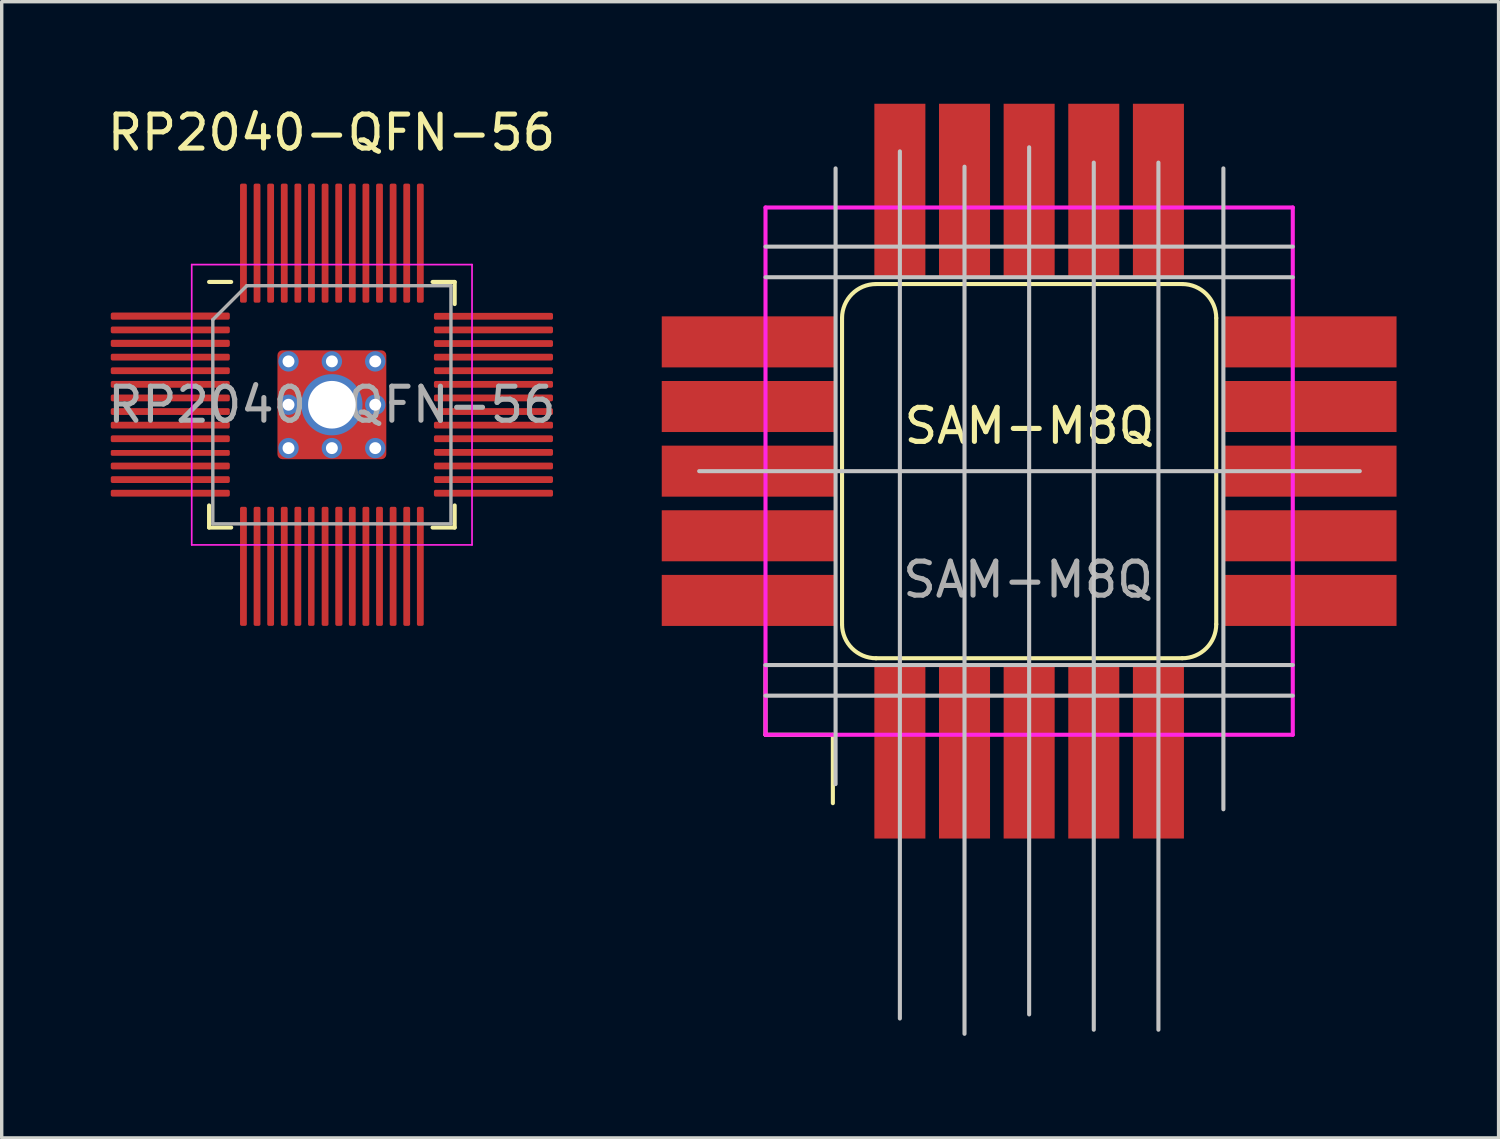
<source format=kicad_pcb>
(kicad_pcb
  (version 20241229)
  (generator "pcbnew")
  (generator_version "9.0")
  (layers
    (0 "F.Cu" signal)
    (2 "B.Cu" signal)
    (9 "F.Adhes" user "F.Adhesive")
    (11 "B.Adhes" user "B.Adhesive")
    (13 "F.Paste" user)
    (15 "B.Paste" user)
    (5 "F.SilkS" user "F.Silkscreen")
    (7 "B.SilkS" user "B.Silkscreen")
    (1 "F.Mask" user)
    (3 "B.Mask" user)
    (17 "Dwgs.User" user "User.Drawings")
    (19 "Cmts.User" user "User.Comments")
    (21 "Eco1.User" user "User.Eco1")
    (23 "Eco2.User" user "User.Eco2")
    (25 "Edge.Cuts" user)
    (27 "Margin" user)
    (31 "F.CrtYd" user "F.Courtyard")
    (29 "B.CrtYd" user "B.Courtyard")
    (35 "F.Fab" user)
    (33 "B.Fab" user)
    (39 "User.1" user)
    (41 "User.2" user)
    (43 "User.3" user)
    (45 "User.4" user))
  (footprint "SAM-M8Q"
    (layer "F.Cu")
    (at 27.203 10.8)
    (property "Reference" "SAM-M8Q" (at 0.01 -1.33 0) (unlocked yes) (layer "F.SilkS") (effects (font (size 1 1) (thickness 0.15))))
    (attr smd)
    (fp_line (start -7.75 5.69) (end -7.75 7.75) (stroke (width 0.12) (type solid)) (layer "F.SilkS"))
    (fp_line (start -7.75 7.75) (end -5.77 7.75) (stroke (width 0.12) (type solid)) (layer "F.SilkS"))
    (fp_line (start -5.77 7.75) (end -5.77 9.76) (stroke (width 0.12) (type solid)) (layer "F.SilkS"))
    (fp_line (start -5.5 4.5) (end -5.5 -4.5) (stroke (width 0.12) (type solid)) (layer "F.SilkS"))
    (fp_line (start -4.5 -5.5) (end 4.5 -5.5) (stroke (width 0.12) (type solid)) (layer "F.SilkS"))
    (fp_line (start 4.5 5.5) (end -4.5 5.5) (stroke (width 0.12) (type solid)) (layer "F.SilkS"))
    (fp_line (start 5.5 -4.5) (end 5.5 4.5) (stroke (width 0.12) (type solid)) (layer "F.SilkS"))
    (fp_arc (start -5.5 -4.5) (mid -5.207107 -5.207107) (end -4.5 -5.5) (stroke (width 0.12) (type solid)) (layer "F.SilkS"))
    (fp_arc (start -4.5 5.5) (mid -5.207107 5.207107) (end -5.5 4.5) (stroke (width 0.12) (type solid)) (layer "F.SilkS"))
    (fp_arc (start 4.5 -5.5) (mid 5.207107 -5.207107) (end 5.5 -4.5) (stroke (width 0.12) (type solid)) (layer "F.SilkS"))
    (fp_arc (start 5.5 4.5) (mid 5.207107 5.207107) (end 4.5 5.5) (stroke (width 0.12) (type solid)) (layer "F.SilkS"))
    (fp_line (start -9.7 0) (end 9.72 0) (stroke (width 0.12) (type solid)) (layer "Dwgs.User"))
    (fp_line (start -5.69 0) (end -5.69 -8.9) (stroke (width 0.12) (type solid)) (layer "Dwgs.User"))
    (fp_line (start -5.69 0) (end -5.69 9.2) (stroke (width 0.12) (type solid)) (layer "Dwgs.User"))
    (fp_line (start -3.8 -9.4) (end -3.8 16.09) (stroke (width 0.12) (type solid)) (layer "Dwgs.User"))
    (fp_line (start -1.9 -8.95) (end -1.9 16.54) (stroke (width 0.12) (type solid)) (layer "Dwgs.User"))
    (fp_line (start 0 -9.52) (end 0 15.97) (stroke (width 0.12) (type solid)) (layer "Dwgs.User"))
    (fp_line (start 0 -6.6) (end -7.75 -6.6) (stroke (width 0.12) (type solid)) (layer "Dwgs.User"))
    (fp_line (start 0 -6.6) (end 7.75 -6.6) (stroke (width 0.12) (type solid)) (layer "Dwgs.User"))
    (fp_line (start 0 -5.7) (end -7.75 -5.7) (stroke (width 0.12) (type solid)) (layer "Dwgs.User"))
    (fp_line (start 0 -5.7) (end 7.75 -5.7) (stroke (width 0.12) (type solid)) (layer "Dwgs.User"))
    (fp_line (start 0 5.7) (end -7.75 5.7) (stroke (width 0.12) (type solid)) (layer "Dwgs.User"))
    (fp_line (start 0 5.7) (end 7.75 5.7) (stroke (width 0.12) (type solid)) (layer "Dwgs.User"))
    (fp_line (start 0 6.6) (end -7.75 6.6) (stroke (width 0.12) (type solid)) (layer "Dwgs.User"))
    (fp_line (start 0 6.6) (end 7.75 6.6) (stroke (width 0.12) (type solid)) (layer "Dwgs.User"))
    (fp_line (start 1.9 -9.07) (end 1.9 16.42) (stroke (width 0.12) (type solid)) (layer "Dwgs.User"))
    (fp_line (start 3.8 -9.07) (end 3.8 16.42) (stroke (width 0.12) (type solid)) (layer "Dwgs.User"))
    (fp_line (start 5.71 0) (end 5.71 -8.9) (stroke (width 0.12) (type solid)) (layer "Dwgs.User"))
    (fp_line (start 5.71 0) (end 5.71 9.94) (stroke (width 0.12) (type solid)) (layer "Dwgs.User"))
    (fp_line (start -7.75 -7.75) (end -7.75 7.75) (stroke (width 0.12) (type solid)) (layer "F.CrtYd"))
    (fp_line (start -7.75 7.75) (end 7.75 7.75) (stroke (width 0.12) (type solid)) (layer "F.CrtYd"))
    (fp_line (start 7.75 -7.75) (end -7.75 -7.75) (stroke (width 0.12) (type solid)) (layer "F.CrtYd"))
    (fp_line (start 7.75 7.75) (end 7.75 -7.75) (stroke (width 0.12) (type solid)) (layer "F.CrtYd"))
    (fp_text user "${REFERENCE}" (at -0.03 3.19 0) (unlocked yes) (layer "F.Fab") (effects (font (size 1 1) (thickness 0.15))))
    (pad "1" smd rect (at -3.8 8.25) (size 1.5 5.1) (layers "F.Cu" "F.Mask" "F.Paste"))
    (pad "2" smd rect (at -1.9 8.25) (size 1.5 5.1) (layers "F.Cu" "F.Mask" "F.Paste"))
    (pad "3" smd rect (at 0 8.25) (size 1.5 5.1) (layers "F.Cu" "F.Mask" "F.Paste"))
    (pad "4" smd rect (at 1.9 8.25) (size 1.5 5.1) (layers "F.Cu" "F.Mask" "F.Paste"))
    (pad "5" smd rect (at 3.8 8.25) (size 1.5 5.1) (layers "F.Cu" "F.Mask" "F.Paste"))
    (pad "6" smd rect (at 8.25 3.8 270) (size 1.5 5.1) (layers "F.Cu" "F.Mask" "F.Paste"))
    (pad "7" smd rect (at 8.25 1.9 270) (size 1.5 5.1) (layers "F.Cu" "F.Mask" "F.Paste"))
    (pad "8" smd rect (at 8.25 0 270) (size 1.5 5.1) (layers "F.Cu" "F.Mask" "F.Paste"))
    (pad "9" smd rect (at 8.25 -1.9 270) (size 1.5 5.1) (layers "F.Cu" "F.Mask" "F.Paste"))
    (pad "10" smd rect (at 8.25 -3.8 270) (size 1.5 5.1) (layers "F.Cu" "F.Mask" "F.Paste"))
    (pad "11" smd rect (at 3.8 -8.25) (size 1.5 5.1) (layers "F.Cu" "F.Mask" "F.Paste"))
    (pad "12" smd rect (at 1.9 -8.25) (size 1.5 5.1) (layers "F.Cu" "F.Mask" "F.Paste"))
    (pad "13" smd rect (at 0 -8.25) (size 1.5 5.1) (layers "F.Cu" "F.Mask" "F.Paste"))
    (pad "14" smd rect (at -1.9 -8.25) (size 1.5 5.1) (layers "F.Cu" "F.Mask" "F.Paste"))
    (pad "15" smd rect (at -3.8 -8.25) (size 1.5 5.1) (layers "F.Cu" "F.Mask" "F.Paste"))
    (pad "16" smd rect (at -8.25 -3.8 270) (size 1.5 5.1) (layers "F.Cu" "F.Mask" "F.Paste"))
    (pad "17" smd rect (at -8.25 -1.9 270) (size 1.5 5.1) (layers "F.Cu" "F.Mask" "F.Paste"))
    (pad "18" smd rect (at -8.25 0 270) (size 1.5 5.1) (layers "F.Cu" "F.Mask" "F.Paste"))
    (pad "19" smd rect (at -8.25 1.9 270) (size 1.5 5.1) (layers "F.Cu" "F.Mask" "F.Paste"))
    (pad "20" smd rect (at -8.25 3.8 270) (size 1.5 5.1) (layers "F.Cu" "F.Mask" "F.Paste")))
  (footprint "RP2040-QFN-56"
    (layer "F.Cu")
    (at 6.706 8.848)
    (property "Reference" "RP2040-QFN-56" (at -0.01 -8 0) (layer "F.SilkS") (effects (font (size 1 1) (thickness 0.15))))
    (attr smd)
    (fp_line (start -3.61 3.61) (end -3.61 2.96) (stroke (width 0.12) (type solid)) (layer "F.SilkS"))
    (fp_line (start -2.96 -3.61) (end -3.61 -3.61) (stroke (width 0.12) (type solid)) (layer "F.SilkS"))
    (fp_line (start -2.96 3.61) (end -3.61 3.61) (stroke (width 0.12) (type solid)) (layer "F.SilkS"))
    (fp_line (start 2.96 -3.61) (end 3.61 -3.61) (stroke (width 0.12) (type solid)) (layer "F.SilkS"))
    (fp_line (start 2.96 3.61) (end 3.61 3.61) (stroke (width 0.12) (type solid)) (layer "F.SilkS"))
    (fp_line (start 3.61 -3.61) (end 3.61 -2.96) (stroke (width 0.12) (type solid)) (layer "F.SilkS"))
    (fp_line (start 3.61 3.61) (end 3.61 2.96) (stroke (width 0.12) (type solid)) (layer "F.SilkS"))
    (fp_line (start -4.12 -4.12) (end -4.12 4.12) (stroke (width 0.05) (type solid)) (layer "F.CrtYd"))
    (fp_line (start -4.12 4.12) (end 4.12 4.12) (stroke (width 0.05) (type solid)) (layer "F.CrtYd"))
    (fp_line (start 4.12 -4.12) (end -4.12 -4.12) (stroke (width 0.05) (type solid)) (layer "F.CrtYd"))
    (fp_line (start 4.12 4.12) (end 4.12 -4.12) (stroke (width 0.05) (type solid)) (layer "F.CrtYd"))
    (fp_line (start -3.5 -2.5) (end -2.5 -3.5) (stroke (width 0.1) (type solid)) (layer "F.Fab"))
    (fp_line (start -3.5 3.5) (end -3.5 -2.5) (stroke (width 0.1) (type solid)) (layer "F.Fab"))
    (fp_line (start -2.5 -3.5) (end 3.5 -3.5) (stroke (width 0.1) (type solid)) (layer "F.Fab"))
    (fp_line (start 3.5 -3.5) (end 3.5 3.5) (stroke (width 0.1) (type solid)) (layer "F.Fab"))
    (fp_line (start 3.5 3.5) (end -3.5 3.5) (stroke (width 0.1) (type solid)) (layer "F.Fab"))
    (fp_text user "${REFERENCE}" (at 0 0 0) (layer "F.Fab") (effects (font (size 1 1) (thickness 0.15))))
    (pad "1" smd roundrect (at -4.75 -2.605) (size 3.5 0.21) (layers "F.Cu" "F.Mask" "F.Paste") (roundrect_rratio 0.25))
    (pad "2" smd roundrect (at -4.75 -2.2) (size 3.5 0.2) (layers "F.Cu" "F.Mask" "F.Paste") (roundrect_rratio 0.25))
    (pad "3" smd roundrect (at -4.75 -1.805) (size 3.5 0.21) (layers "F.Cu" "F.Mask" "F.Paste") (roundrect_rratio 0.25))
    (pad "4" smd roundrect (at -4.75 -1.4) (size 3.5 0.2) (layers "F.Cu" "F.Mask" "F.Paste") (roundrect_rratio 0.25))
    (pad "5" smd roundrect (at -4.75 -1) (size 3.5 0.2) (layers "F.Cu" "F.Mask" "F.Paste") (roundrect_rratio 0.25))
    (pad "6" smd roundrect (at -4.75 -0.6) (size 3.5 0.2) (layers "F.Cu" "F.Mask" "F.Paste") (roundrect_rratio 0.25))
    (pad "7" smd roundrect (at -4.75 -0.2) (size 3.5 0.2) (layers "F.Cu" "F.Mask" "F.Paste") (roundrect_rratio 0.25))
    (pad "8" smd roundrect (at -4.75 0.2) (size 3.5 0.2) (layers "F.Cu" "F.Mask" "F.Paste") (roundrect_rratio 0.25))
    (pad "9" smd roundrect (at -4.75 0.6) (size 3.5 0.2) (layers "F.Cu" "F.Mask" "F.Paste") (roundrect_rratio 0.25))
    (pad "10" smd roundrect (at -4.75 1) (size 3.5 0.2) (layers "F.Cu" "F.Mask" "F.Paste") (roundrect_rratio 0.25))
    (pad "11" smd roundrect (at -4.75 1.415) (size 3.5 0.17) (layers "F.Cu" "F.Mask" "F.Paste") (roundrect_rratio 0.25))
    (pad "12" smd roundrect (at -4.75 1.8) (size 3.5 0.2) (layers "F.Cu" "F.Mask" "F.Paste") (roundrect_rratio 0.25))
    (pad "13" smd roundrect (at -4.75 2.2) (size 3.5 0.2) (layers "F.Cu" "F.Mask" "F.Paste") (roundrect_rratio 0.25))
    (pad "14" smd roundrect (at -4.75 2.6) (size 3.5 0.2) (layers "F.Cu" "F.Mask" "F.Paste") (roundrect_rratio 0.25))
    (pad "15" smd roundrect (at -2.6 4.75) (size 0.2 3.5) (layers "F.Cu" "F.Mask" "F.Paste") (roundrect_rratio 0.25))
    (pad "16" smd roundrect (at -2.2 4.75) (size 0.2 3.5) (layers "F.Cu" "F.Mask" "F.Paste") (roundrect_rratio 0.25))
    (pad "17" smd roundrect (at -1.8 4.75) (size 0.2 3.5) (layers "F.Cu" "F.Mask" "F.Paste") (roundrect_rratio 0.25))
    (pad "18" smd roundrect (at -1.4 4.75) (size 0.2 3.5) (layers "F.Cu" "F.Mask" "F.Paste") (roundrect_rratio 0.25))
    (pad "19" smd roundrect (at -1 4.75) (size 0.2 3.5) (layers "F.Cu" "F.Mask" "F.Paste") (roundrect_rratio 0.25))
    (pad "20" smd roundrect (at -0.605 4.75) (size 0.19 3.5) (layers "F.Cu" "F.Mask" "F.Paste") (roundrect_rratio 0.25))
    (pad "21" smd roundrect (at -0.2 4.75) (size 0.2 3.5) (layers "F.Cu" "F.Mask" "F.Paste") (roundrect_rratio 0.25))
    (pad "22" smd roundrect (at 0.205 4.75) (size 0.21 3.5) (layers "F.Cu" "F.Mask" "F.Paste") (roundrect_rratio 0.25))
    (pad "23" smd roundrect (at 0.6 4.75) (size 0.2 3.5) (layers "F.Cu" "F.Mask" "F.Paste") (roundrect_rratio 0.25))
    (pad "24" smd roundrect (at 1 4.75) (size 0.2 3.5) (layers "F.Cu" "F.Mask" "F.Paste") (roundrect_rratio 0.25))
    (pad "25" smd roundrect (at 1.4 4.75) (size 0.2 3.5) (layers "F.Cu" "F.Mask" "F.Paste") (roundrect_rratio 0.25))
    (pad "26" smd roundrect (at 1.8 4.75) (size 0.2 3.5) (layers "F.Cu" "F.Mask" "F.Paste") (roundrect_rratio 0.25))
    (pad "27" smd roundrect (at 2.2 4.75) (size 0.2 3.5) (layers "F.Cu" "F.Mask" "F.Paste") (roundrect_rratio 0.25))
    (pad "28" smd roundrect (at 2.6 4.75) (size 0.2 3.5) (layers "F.Cu" "F.Mask" "F.Paste") (roundrect_rratio 0.25))
    (pad "29" smd roundrect (at 4.75 2.6) (size 3.5 0.2) (layers "F.Cu" "F.Mask" "F.Paste") (roundrect_rratio 0.25))
    (pad "30" smd roundrect (at 4.75 2.2) (size 3.5 0.2) (layers "F.Cu" "F.Mask" "F.Paste") (roundrect_rratio 0.25))
    (pad "31" smd roundrect (at 4.75 1.8) (size 3.5 0.2) (layers "F.Cu" "F.Mask" "F.Paste") (roundrect_rratio 0.25))
    (pad "32" smd roundrect (at 4.75 1.4) (size 3.5 0.2) (layers "F.Cu" "F.Mask" "F.Paste") (roundrect_rratio 0.25))
    (pad "33" smd roundrect (at 4.75 1) (size 3.5 0.2) (layers "F.Cu" "F.Mask" "F.Paste") (roundrect_rratio 0.25))
    (pad "34" smd roundrect (at 4.75 0.6) (size 3.5 0.2) (layers "F.Cu" "F.Mask" "F.Paste") (roundrect_rratio 0.25))
    (pad "35" smd roundrect (at 4.75 0.2) (size 3.5 0.2) (layers "F.Cu" "F.Mask" "F.Paste") (roundrect_rratio 0.25))
    (pad "36" smd roundrect (at 4.75 -0.2) (size 3.5 0.2) (layers "F.Cu" "F.Mask" "F.Paste") (roundrect_rratio 0.25))
    (pad "37" smd roundrect (at 4.75 -0.6) (size 3.5 0.2) (layers "F.Cu" "F.Mask" "F.Paste") (roundrect_rratio 0.25))
    (pad "38" smd roundrect (at 4.75 -1) (size 3.5 0.2) (layers "F.Cu" "F.Mask" "F.Paste") (roundrect_rratio 0.25))
    (pad "39" smd roundrect (at 4.75 -1.4) (size 3.5 0.2) (layers "F.Cu" "F.Mask" "F.Paste") (roundrect_rratio 0.25))
    (pad "40" smd roundrect (at 4.75 -1.8) (size 3.5 0.2) (layers "F.Cu" "F.Mask" "F.Paste") (roundrect_rratio 0.25))
    (pad "41" smd roundrect (at 4.75 -2.2) (size 3.5 0.2) (layers "F.Cu" "F.Mask" "F.Paste") (roundrect_rratio 0.25))
    (pad "42" smd roundrect (at 4.75 -2.6) (size 3.5 0.2) (layers "F.Cu" "F.Mask" "F.Paste") (roundrect_rratio 0.25))
    (pad "43" smd roundrect (at 2.6 -4.75) (size 0.2 3.5) (layers "F.Cu" "F.Mask" "F.Paste") (roundrect_rratio 0.25))
    (pad "44" smd roundrect (at 2.2 -4.75) (size 0.2 3.5) (layers "F.Cu" "F.Mask" "F.Paste") (roundrect_rratio 0.25))
    (pad "45" smd roundrect (at 1.8 -4.75) (size 0.2 3.5) (layers "F.Cu" "F.Mask" "F.Paste") (roundrect_rratio 0.25))
    (pad "46" smd roundrect (at 1.4 -4.75) (size 0.2 3.5) (layers "F.Cu" "F.Mask" "F.Paste") (roundrect_rratio 0.25))
    (pad "47" smd roundrect (at 1 -4.75) (size 0.2 3.5) (layers "F.Cu" "F.Mask" "F.Paste") (roundrect_rratio 0.25))
    (pad "48" smd roundrect (at 0.6 -4.75) (size 0.2 3.5) (layers "F.Cu" "F.Mask" "F.Paste") (roundrect_rratio 0.25))
    (pad "49" smd roundrect (at 0.2 -4.75) (size 0.2 3.5) (layers "F.Cu" "F.Mask" "F.Paste") (roundrect_rratio 0.25))
    (pad "50" smd roundrect (at -0.2 -4.75) (size 0.2 3.5) (layers "F.Cu" "F.Mask" "F.Paste") (roundrect_rratio 0.25))
    (pad "51" smd roundrect (at -0.6 -4.75) (size 0.2 3.5) (layers "F.Cu" "F.Mask" "F.Paste") (roundrect_rratio 0.25))
    (pad "52" smd roundrect (at -1 -4.75) (size 0.2 3.5) (layers "F.Cu" "F.Mask" "F.Paste") (roundrect_rratio 0.25))
    (pad "53" smd roundrect (at -1.4 -4.75) (size 0.2 3.5) (layers "F.Cu" "F.Mask" "F.Paste") (roundrect_rratio 0.25))
    (pad "54" smd roundrect (at -1.8 -4.75) (size 0.2 3.5) (layers "F.Cu" "F.Mask" "F.Paste") (roundrect_rratio 0.25))
    (pad "55" smd roundrect (at -2.2 -4.75) (size 0.2 3.5) (layers "F.Cu" "F.Mask" "F.Paste") (roundrect_rratio 0.25))
    (pad "56" smd roundrect (at -2.6 -4.75) (size 0.2 3.5) (layers "F.Cu" "F.Mask" "F.Paste") (roundrect_rratio 0.25))
    (pad "57" thru_hole circle (at -1.275 -1.275) (size 0.6 0.6) (drill 0.35) (layers "*.Cu"))
    (pad "57" thru_hole circle (at -1.275 0) (size 0.6 0.6) (drill 0.35) (layers "*.Cu"))
    (pad "57" thru_hole circle (at -1.275 1.275) (size 0.6 0.6) (drill 0.35) (layers "*.Cu"))
    (pad "57" thru_hole circle (at 0 -1.275) (size 0.6 0.6) (drill 0.35) (layers "*.Cu"))
    (pad "57" thru_hole circle (at 0 0) (size 1.8 1.8) (drill 1.4) (layers "*.Cu"))
    (pad "57" smd roundrect (at 0 0) (size 3.2 3.2) (layers "F.Cu" "F.Mask") (roundrect_rratio 0.045))
    (pad "57" thru_hole circle (at 0 1.275) (size 0.6 0.6) (drill 0.35) (layers "*.Cu"))
    (pad "57" thru_hole circle (at 1.275 -1.275) (size 0.6 0.6) (drill 0.35) (layers "*.Cu"))
    (pad "57" thru_hole circle (at 1.275 0) (size 0.6 0.6) (drill 0.35) (layers "*.Cu"))
    (pad "57" thru_hole circle (at 1.275 1.275) (size 0.6 0.6) (drill 0.35) (layers "*.Cu")))
  (gr_rect
    (start -3 -3)
    (end 41.003 30.4)
    (stroke (width 0.1) (type default))
    (fill no)
    (layer "Edge.Cuts")))
</source>
